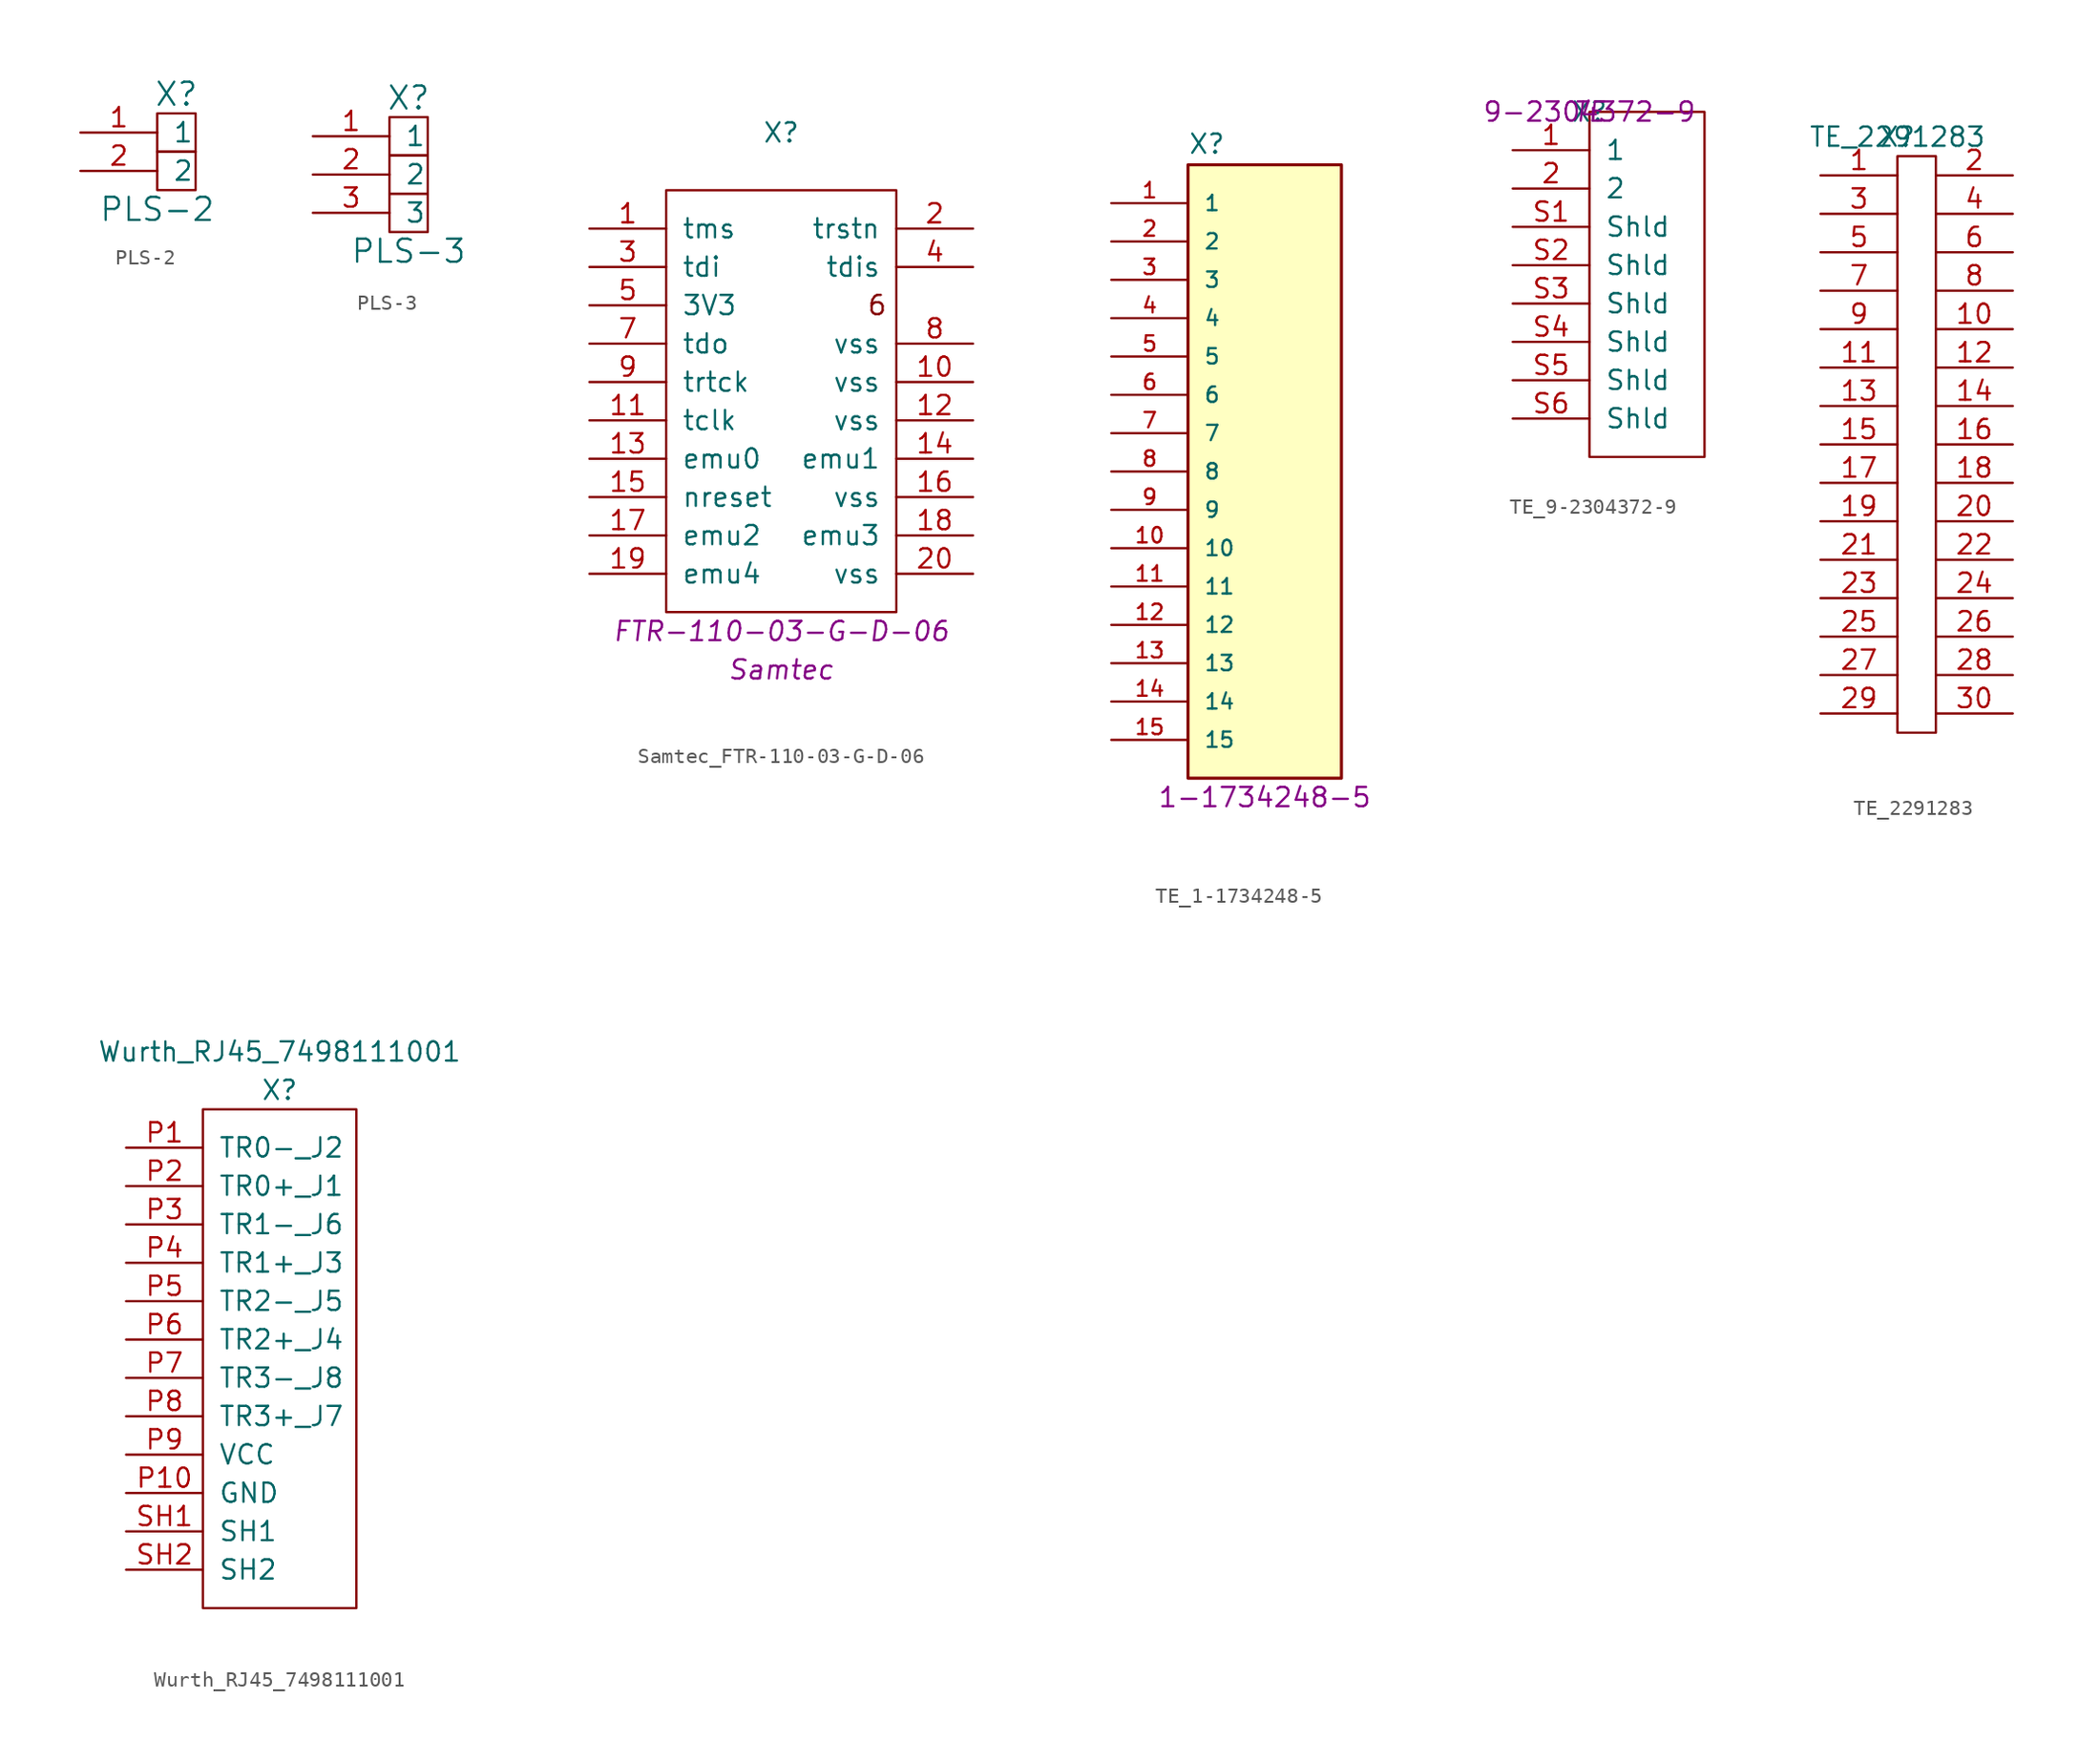
<source format=kicad_sym>
(kicad_symbol_lib
  (version 20211014)
  (generator kicad_symbol_editor)
  (symbol "PLS-2"
    (pin_names
      (offset 1.016))
    (property "Reference" "X"
      (at 0 3.81 0)
      (effects (font (size 1.524 1.524))))
    (property "Value" "PLS-2"
      (at -1.27 -3.81 0)
      (effects (font (size 1.524 1.524))))
    (symbol "PLS-2_0_1"
      (rectangle (start -1.27 0) (end 1.27 -2.54) (stroke (width 0) (type default) (color 0 0 0 0)) (fill (type none)))
      (rectangle (start -1.27 2.54) (end 1.27 0) (stroke (width 0) (type default) (color 0 0 0 0)) (fill (type none))))
    (symbol "PLS-2_1_1"
      (pin passive line (at -6.35 1.27 0) (length 5.08) (name "1" (effects (font (size 1.27 1.27)))) (number "1" (effects (font (size 1.27 1.27)))))
      (pin passive line (at -6.35 -1.27 0) (length 5.08) (name "2" (effects (font (size 1.27 1.27)))) (number "2" (effects (font (size 1.27 1.27)))))))
  (symbol "PLS-3"
    (pin_names
      (offset 1.016))
    (property "Reference" "X"
      (at 0 5.08 0)
      (effects (font (size 1.524 1.524))))
    (property "Value" "PLS-3"
      (at 0 -5.08 0)
      (effects (font (size 1.524 1.524))))
    (symbol "PLS-3_0_1"
      (rectangle (start -1.27 -1.27) (end 1.27 -3.81) (stroke (width 0) (type default) (color 0 0 0 0)) (fill (type none)))
      (rectangle (start -1.27 1.27) (end 1.27 -1.27) (stroke (width 0) (type default) (color 0 0 0 0)) (fill (type none)))
      (rectangle (start -1.27 3.81) (end 1.27 1.27) (stroke (width 0) (type default) (color 0 0 0 0)) (fill (type none))))
    (symbol "PLS-3_1_1"
      (pin passive line (at -6.35 2.54 0) (length 5.08) (name "1" (effects (font (size 1.27 1.27)))) (number "1" (effects (font (size 1.27 1.27)))))
      (pin passive line (at -6.35 0 0) (length 5.08) (name "2" (effects (font (size 1.27 1.27)))) (number "2" (effects (font (size 1.27 1.27)))))
      (pin passive line (at -6.35 -2.54 0) (length 5.08) (name "3" (effects (font (size 1.27 1.27)))) (number "3" (effects (font (size 1.27 1.27)))))))
  (symbol "Samtec_FTR-110-03-G-D-06"
    (pin_names
      (offset 1.016))
    (property "Reference" "X"
      (at 0 17.78 0)
      (effects (font (size 1.27 1.27))))
    (property "p/n" "FTR-110-03-G-D-06"
      (at 0 -15.24 0)
      (effects (font (size 1.27 1.27) italic)))
    (property "Manuf" "Samtec"
      (at 0 -17.78 0)
      (effects (font (size 1.27 1.27) italic)))
    (symbol "Samtec_FTR-110-03-G-D-06_0_0"
      (text "6" (at 6.35 6.35 0) (effects (font (size 1.27 1.27)))))
    (symbol "Samtec_FTR-110-03-G-D-06_0_1"
      (rectangle (start -7.62 13.97) (end 7.62 -13.97) (stroke (width 0) (type default) (color 0 0 0 0)) (fill (type none))))
    (symbol "Samtec_FTR-110-03-G-D-06_1_1"
      (pin passive line (at -12.7 11.43 0) (length 5.08) (name "tms" (effects (font (size 1.27 1.27)))) (number "1" (effects (font (size 1.27 1.27)))))
      (pin passive line (at 12.7 1.27 180) (length 5.08) (name "vss" (effects (font (size 1.27 1.27)))) (number "10" (effects (font (size 1.27 1.27)))))
      (pin passive line (at -12.7 -1.27 0) (length 5.08) (name "tclk" (effects (font (size 1.27 1.27)))) (number "11" (effects (font (size 1.27 1.27)))))
      (pin passive line (at 12.7 -1.27 180) (length 5.08) (name "vss" (effects (font (size 1.27 1.27)))) (number "12" (effects (font (size 1.27 1.27)))))
      (pin passive line (at -12.7 -3.81 0) (length 5.08) (name "emu0" (effects (font (size 1.27 1.27)))) (number "13" (effects (font (size 1.27 1.27)))))
      (pin passive line (at 12.7 -3.81 180) (length 5.08) (name "emu1" (effects (font (size 1.27 1.27)))) (number "14" (effects (font (size 1.27 1.27)))))
      (pin passive line (at -12.7 -6.35 0) (length 5.08) (name "nreset" (effects (font (size 1.27 1.27)))) (number "15" (effects (font (size 1.27 1.27)))))
      (pin passive line (at 12.7 -6.35 180) (length 5.08) (name "vss" (effects (font (size 1.27 1.27)))) (number "16" (effects (font (size 1.27 1.27)))))
      (pin passive line (at -12.7 -8.89 0) (length 5.08) (name "emu2" (effects (font (size 1.27 1.27)))) (number "17" (effects (font (size 1.27 1.27)))))
      (pin passive line (at 12.7 -8.89 180) (length 5.08) (name "emu3" (effects (font (size 1.27 1.27)))) (number "18" (effects (font (size 1.27 1.27)))))
      (pin passive line (at -12.7 -11.43 0) (length 5.08) (name "emu4" (effects (font (size 1.27 1.27)))) (number "19" (effects (font (size 1.27 1.27)))))
      (pin passive line (at 12.7 11.43 180) (length 5.08) (name "trstn" (effects (font (size 1.27 1.27)))) (number "2" (effects (font (size 1.27 1.27)))))
      (pin passive line (at 12.7 -11.43 180) (length 5.08) (name "vss" (effects (font (size 1.27 1.27)))) (number "20" (effects (font (size 1.27 1.27)))))
      (pin passive line (at -12.7 8.89 0) (length 5.08) (name "tdi" (effects (font (size 1.27 1.27)))) (number "3" (effects (font (size 1.27 1.27)))))
      (pin passive line (at 12.7 8.89 180) (length 5.08) (name "tdis" (effects (font (size 1.27 1.27)))) (number "4" (effects (font (size 1.27 1.27)))))
      (pin passive line (at -12.7 6.35 0) (length 5.08) (name "3V3" (effects (font (size 1.27 1.27)))) (number "5" (effects (font (size 1.27 1.27)))))
      (pin passive line (at -12.7 3.81 0) (length 5.08) (name "tdo" (effects (font (size 1.27 1.27)))) (number "7" (effects (font (size 1.27 1.27)))))
      (pin passive line (at 12.7 3.81 180) (length 5.08) (name "vss" (effects (font (size 1.27 1.27)))) (number "8" (effects (font (size 1.27 1.27)))))
      (pin passive line (at -12.7 1.27 0) (length 5.08) (name "trtck" (effects (font (size 1.27 1.27)))) (number "9" (effects (font (size 1.27 1.27)))))))
  (symbol "TE_1-1734248-5"
    (pin_names
      (offset 1.016))
    (property "Reference" "X"
      (at -5.08 20.955 0)
      (effects (font (size 1.27 1.27)) (justify left bottom)))
    (property "p/n" "1-1734248-5"
      (at 0 -21.59 0)
      (effects (font (size 1.27 1.27))))
    (symbol "TE_1-1734248-5_0_0"
      (rectangle (start -5.08 -20.32) (end 5.08 20.32) (stroke (width 0.203) (type default) (color 0 0 0 0)) (fill (type background)))
      (pin passive line (at -10.16 17.78 0) (length 5.08) (name "1" (effects (font (size 1.016 1.016)))) (number "1" (effects (font (size 1.016 1.016)))))
      (pin passive line (at -10.16 -5.08 0) (length 5.08) (name "10" (effects (font (size 1.016 1.016)))) (number "10" (effects (font (size 1.016 1.016)))))
      (pin passive line (at -10.16 -7.62 0) (length 5.08) (name "11" (effects (font (size 1.016 1.016)))) (number "11" (effects (font (size 1.016 1.016)))))
      (pin passive line (at -10.16 -10.16 0) (length 5.08) (name "12" (effects (font (size 1.016 1.016)))) (number "12" (effects (font (size 1.016 1.016)))))
      (pin passive line (at -10.16 -12.7 0) (length 5.08) (name "13" (effects (font (size 1.016 1.016)))) (number "13" (effects (font (size 1.016 1.016)))))
      (pin passive line (at -10.16 -15.24 0) (length 5.08) (name "14" (effects (font (size 1.016 1.016)))) (number "14" (effects (font (size 1.016 1.016)))))
      (pin passive line (at -10.16 -17.78 0) (length 5.08) (name "15" (effects (font (size 1.016 1.016)))) (number "15" (effects (font (size 1.016 1.016)))))
      (pin passive line (at -10.16 15.24 0) (length 5.08) (name "2" (effects (font (size 1.016 1.016)))) (number "2" (effects (font (size 1.016 1.016)))))
      (pin passive line (at -10.16 12.7 0) (length 5.08) (name "3" (effects (font (size 1.016 1.016)))) (number "3" (effects (font (size 1.016 1.016)))))
      (pin passive line (at -10.16 10.16 0) (length 5.08) (name "4" (effects (font (size 1.016 1.016)))) (number "4" (effects (font (size 1.016 1.016)))))
      (pin passive line (at -10.16 7.62 0) (length 5.08) (name "5" (effects (font (size 1.016 1.016)))) (number "5" (effects (font (size 1.016 1.016)))))
      (pin passive line (at -10.16 5.08 0) (length 5.08) (name "6" (effects (font (size 1.016 1.016)))) (number "6" (effects (font (size 1.016 1.016)))))
      (pin passive line (at -10.16 2.54 0) (length 5.08) (name "7" (effects (font (size 1.016 1.016)))) (number "7" (effects (font (size 1.016 1.016)))))
      (pin passive line (at -10.16 0 0) (length 5.08) (name "8" (effects (font (size 1.016 1.016)))) (number "8" (effects (font (size 1.016 1.016)))))
      (pin passive line (at -10.16 -2.54 0) (length 5.08) (name "9" (effects (font (size 1.016 1.016)))) (number "9" (effects (font (size 1.016 1.016)))))))
  (symbol "TE_9-2304372-9"
    (pin_names
      (offset 1.016))
    (property "Reference" "X"
      (at -3.81 0 0)
      (effects (font (size 1.27 1.27))))
    (property "p/n" "9-2304372-9"
      (at -3.81 0 0)
      (effects (font (size 1.27 1.27))))
    (property "Manuf" "TE"
      (at -3.81 0 0)
      (effects (font (size 1.27 1.27) italic)))
    (symbol "TE_9-2304372-9_0_1"
      (rectangle (start -3.81 0) (end 3.81 -22.86) (stroke (width 0) (type default) (color 0 0 0 0)) (fill (type none))))
    (symbol "TE_9-2304372-9_1_1"
      (pin passive line (at -8.89 -2.54 0) (length 5.08) (name "1" (effects (font (size 1.27 1.27)))) (number "1" (effects (font (size 1.27 1.27)))))
      (pin passive line (at -8.89 -5.08 0) (length 5.08) (name "2" (effects (font (size 1.27 1.27)))) (number "2" (effects (font (size 1.27 1.27)))))
      (pin passive line (at -8.89 -7.62 0) (length 5.08) (name "Shld" (effects (font (size 1.27 1.27)))) (number "S1" (effects (font (size 1.27 1.27)))))
      (pin passive line (at -8.89 -10.16 0) (length 5.08) (name "Shld" (effects (font (size 1.27 1.27)))) (number "S2" (effects (font (size 1.27 1.27)))))
      (pin passive line (at -8.89 -12.7 0) (length 5.08) (name "Shld" (effects (font (size 1.27 1.27)))) (number "S3" (effects (font (size 1.27 1.27)))))
      (pin passive line (at -8.89 -15.24 0) (length 5.08) (name "Shld" (effects (font (size 1.27 1.27)))) (number "S4" (effects (font (size 1.27 1.27)))))
      (pin passive line (at -8.89 -17.78 0) (length 5.08) (name "Shld" (effects (font (size 1.27 1.27)))) (number "S5" (effects (font (size 1.27 1.27)))))
      (pin passive line (at -8.89 -20.32 0) (length 5.08) (name "Shld" (effects (font (size 1.27 1.27)))) (number "S6" (effects (font (size 1.27 1.27)))))))
  (symbol "TE_2291283"
    (pin_names
      (offset 1.016))
    (property "Reference" "X"
      (at 0 0 0)
      (effects (font (size 1.27 1.27))))
    (property "Value" "TE_2291283"
      (at 0 0 0)
      (effects (font (size 1.27 1.27))))
    (symbol "TE_2291283_0_1"
      (rectangle (start 0 -1.27) (end 2.54 -39.37) (stroke (width 0) (type default) (color 0 0 0 0)) (fill (type none))))
    (symbol "TE_2291283_1_1"
      (pin passive line (at -5.08 -2.54 0) (length 5.08) (name "~" (effects (font (size 1.27 1.27)))) (number "1" (effects (font (size 1.27 1.27)))))
      (pin passive line (at 7.62 -12.7 180) (length 5.08) (name "~" (effects (font (size 1.27 1.27)))) (number "10" (effects (font (size 1.27 1.27)))))
      (pin passive line (at -5.08 -15.24 0) (length 5.08) (name "~" (effects (font (size 1.27 1.27)))) (number "11" (effects (font (size 1.27 1.27)))))
      (pin passive line (at 7.62 -15.24 180) (length 5.08) (name "~" (effects (font (size 1.27 1.27)))) (number "12" (effects (font (size 1.27 1.27)))))
      (pin passive line (at -5.08 -17.78 0) (length 5.08) (name "~" (effects (font (size 1.27 1.27)))) (number "13" (effects (font (size 1.27 1.27)))))
      (pin passive line (at 7.62 -17.78 180) (length 5.08) (name "~" (effects (font (size 1.27 1.27)))) (number "14" (effects (font (size 1.27 1.27)))))
      (pin passive line (at -5.08 -20.32 0) (length 5.08) (name "~" (effects (font (size 1.27 1.27)))) (number "15" (effects (font (size 1.27 1.27)))))
      (pin passive line (at 7.62 -20.32 180) (length 5.08) (name "~" (effects (font (size 1.27 1.27)))) (number "16" (effects (font (size 1.27 1.27)))))
      (pin passive line (at -5.08 -22.86 0) (length 5.08) (name "~" (effects (font (size 1.27 1.27)))) (number "17" (effects (font (size 1.27 1.27)))))
      (pin passive line (at 7.62 -22.86 180) (length 5.08) (name "~" (effects (font (size 1.27 1.27)))) (number "18" (effects (font (size 1.27 1.27)))))
      (pin passive line (at -5.08 -25.4 0) (length 5.08) (name "~" (effects (font (size 1.27 1.27)))) (number "19" (effects (font (size 1.27 1.27)))))
      (pin passive line (at 7.62 -2.54 180) (length 5.08) (name "~" (effects (font (size 1.27 1.27)))) (number "2" (effects (font (size 1.27 1.27)))))
      (pin passive line (at 7.62 -25.4 180) (length 5.08) (name "~" (effects (font (size 1.27 1.27)))) (number "20" (effects (font (size 1.27 1.27)))))
      (pin passive line (at -5.08 -27.94 0) (length 5.08) (name "~" (effects (font (size 1.27 1.27)))) (number "21" (effects (font (size 1.27 1.27)))))
      (pin passive line (at 7.62 -27.94 180) (length 5.08) (name "~" (effects (font (size 1.27 1.27)))) (number "22" (effects (font (size 1.27 1.27)))))
      (pin passive line (at -5.08 -30.48 0) (length 5.08) (name "~" (effects (font (size 1.27 1.27)))) (number "23" (effects (font (size 1.27 1.27)))))
      (pin passive line (at 7.62 -30.48 180) (length 5.08) (name "~" (effects (font (size 1.27 1.27)))) (number "24" (effects (font (size 1.27 1.27)))))
      (pin passive line (at -5.08 -33.02 0) (length 5.08) (name "~" (effects (font (size 1.27 1.27)))) (number "25" (effects (font (size 1.27 1.27)))))
      (pin passive line (at 7.62 -33.02 180) (length 5.08) (name "~" (effects (font (size 1.27 1.27)))) (number "26" (effects (font (size 1.27 1.27)))))
      (pin passive line (at -5.08 -35.56 0) (length 5.08) (name "~" (effects (font (size 1.27 1.27)))) (number "27" (effects (font (size 1.27 1.27)))))
      (pin passive line (at 7.62 -35.56 180) (length 5.08) (name "~" (effects (font (size 1.27 1.27)))) (number "28" (effects (font (size 1.27 1.27)))))
      (pin passive line (at -5.08 -38.1 0) (length 5.08) (name "~" (effects (font (size 1.27 1.27)))) (number "29" (effects (font (size 1.27 1.27)))))
      (pin passive line (at -5.08 -5.08 0) (length 5.08) (name "~" (effects (font (size 1.27 1.27)))) (number "3" (effects (font (size 1.27 1.27)))))
      (pin passive line (at 7.62 -38.1 180) (length 5.08) (name "~" (effects (font (size 1.27 1.27)))) (number "30" (effects (font (size 1.27 1.27)))))
      (pin passive line (at 7.62 -5.08 180) (length 5.08) (name "~" (effects (font (size 1.27 1.27)))) (number "4" (effects (font (size 1.27 1.27)))))
      (pin passive line (at -5.08 -7.62 0) (length 5.08) (name "~" (effects (font (size 1.27 1.27)))) (number "5" (effects (font (size 1.27 1.27)))))
      (pin passive line (at 7.62 -7.62 180) (length 5.08) (name "~" (effects (font (size 1.27 1.27)))) (number "6" (effects (font (size 1.27 1.27)))))
      (pin passive line (at -5.08 -10.16 0) (length 5.08) (name "~" (effects (font (size 1.27 1.27)))) (number "7" (effects (font (size 1.27 1.27)))))
      (pin passive line (at 7.62 -10.16 180) (length 5.08) (name "~" (effects (font (size 1.27 1.27)))) (number "8" (effects (font (size 1.27 1.27)))))
      (pin passive line (at -5.08 -12.7 0) (length 5.08) (name "~" (effects (font (size 1.27 1.27)))) (number "9" (effects (font (size 1.27 1.27)))))))
  (symbol "Wurth_RJ45_7498111001"
    (pin_names
      (offset 1.016))
    (property "Reference" "X"
      (at 0 15.24 0)
      (effects (font (size 1.27 1.27))))
    (property "Value" "Wurth_RJ45_7498111001"
      (at 0 17.78 0)
      (effects (font (size 1.27 1.27))))
    (symbol "Wurth_RJ45_7498111001_0_1"
      (rectangle (start -5.08 13.97) (end 5.08 -19.05) (stroke (width 0) (type default) (color 0 0 0 0)) (fill (type none))))
    (symbol "Wurth_RJ45_7498111001_1_1"
      (pin passive line (at -10.16 11.43 0) (length 5.08) (name "TR0-_J2" (effects (font (size 1.27 1.27)))) (number "P1" (effects (font (size 1.27 1.27)))))
      (pin passive line (at -10.16 -11.43 0) (length 5.08) (name "GND" (effects (font (size 1.27 1.27)))) (number "P10" (effects (font (size 1.27 1.27)))))
      (pin passive line (at -10.16 8.89 0) (length 5.08) (name "TR0+_J1" (effects (font (size 1.27 1.27)))) (number "P2" (effects (font (size 1.27 1.27)))))
      (pin passive line (at -10.16 6.35 0) (length 5.08) (name "TR1-_J6" (effects (font (size 1.27 1.27)))) (number "P3" (effects (font (size 1.27 1.27)))))
      (pin passive line (at -10.16 3.81 0) (length 5.08) (name "TR1+_J3" (effects (font (size 1.27 1.27)))) (number "P4" (effects (font (size 1.27 1.27)))))
      (pin passive line (at -10.16 1.27 0) (length 5.08) (name "TR2-_J5" (effects (font (size 1.27 1.27)))) (number "P5" (effects (font (size 1.27 1.27)))))
      (pin passive line (at -10.16 -1.27 0) (length 5.08) (name "TR2+_J4" (effects (font (size 1.27 1.27)))) (number "P6" (effects (font (size 1.27 1.27)))))
      (pin passive line (at -10.16 -3.81 0) (length 5.08) (name "TR3-_J8" (effects (font (size 1.27 1.27)))) (number "P7" (effects (font (size 1.27 1.27)))))
      (pin passive line (at -10.16 -6.35 0) (length 5.08) (name "TR3+_J7" (effects (font (size 1.27 1.27)))) (number "P8" (effects (font (size 1.27 1.27)))))
      (pin passive line (at -10.16 -8.89 0) (length 5.08) (name "VCC" (effects (font (size 1.27 1.27)))) (number "P9" (effects (font (size 1.27 1.27)))))
      (pin passive line (at -10.16 -13.97 0) (length 5.08) (name "SH1" (effects (font (size 1.27 1.27)))) (number "SH1" (effects (font (size 1.27 1.27)))))
      (pin passive line (at -10.16 -16.51 0) (length 5.08) (name "SH2" (effects (font (size 1.27 1.27)))) (number "SH2" (effects (font (size 1.27 1.27))))))))
</source>
